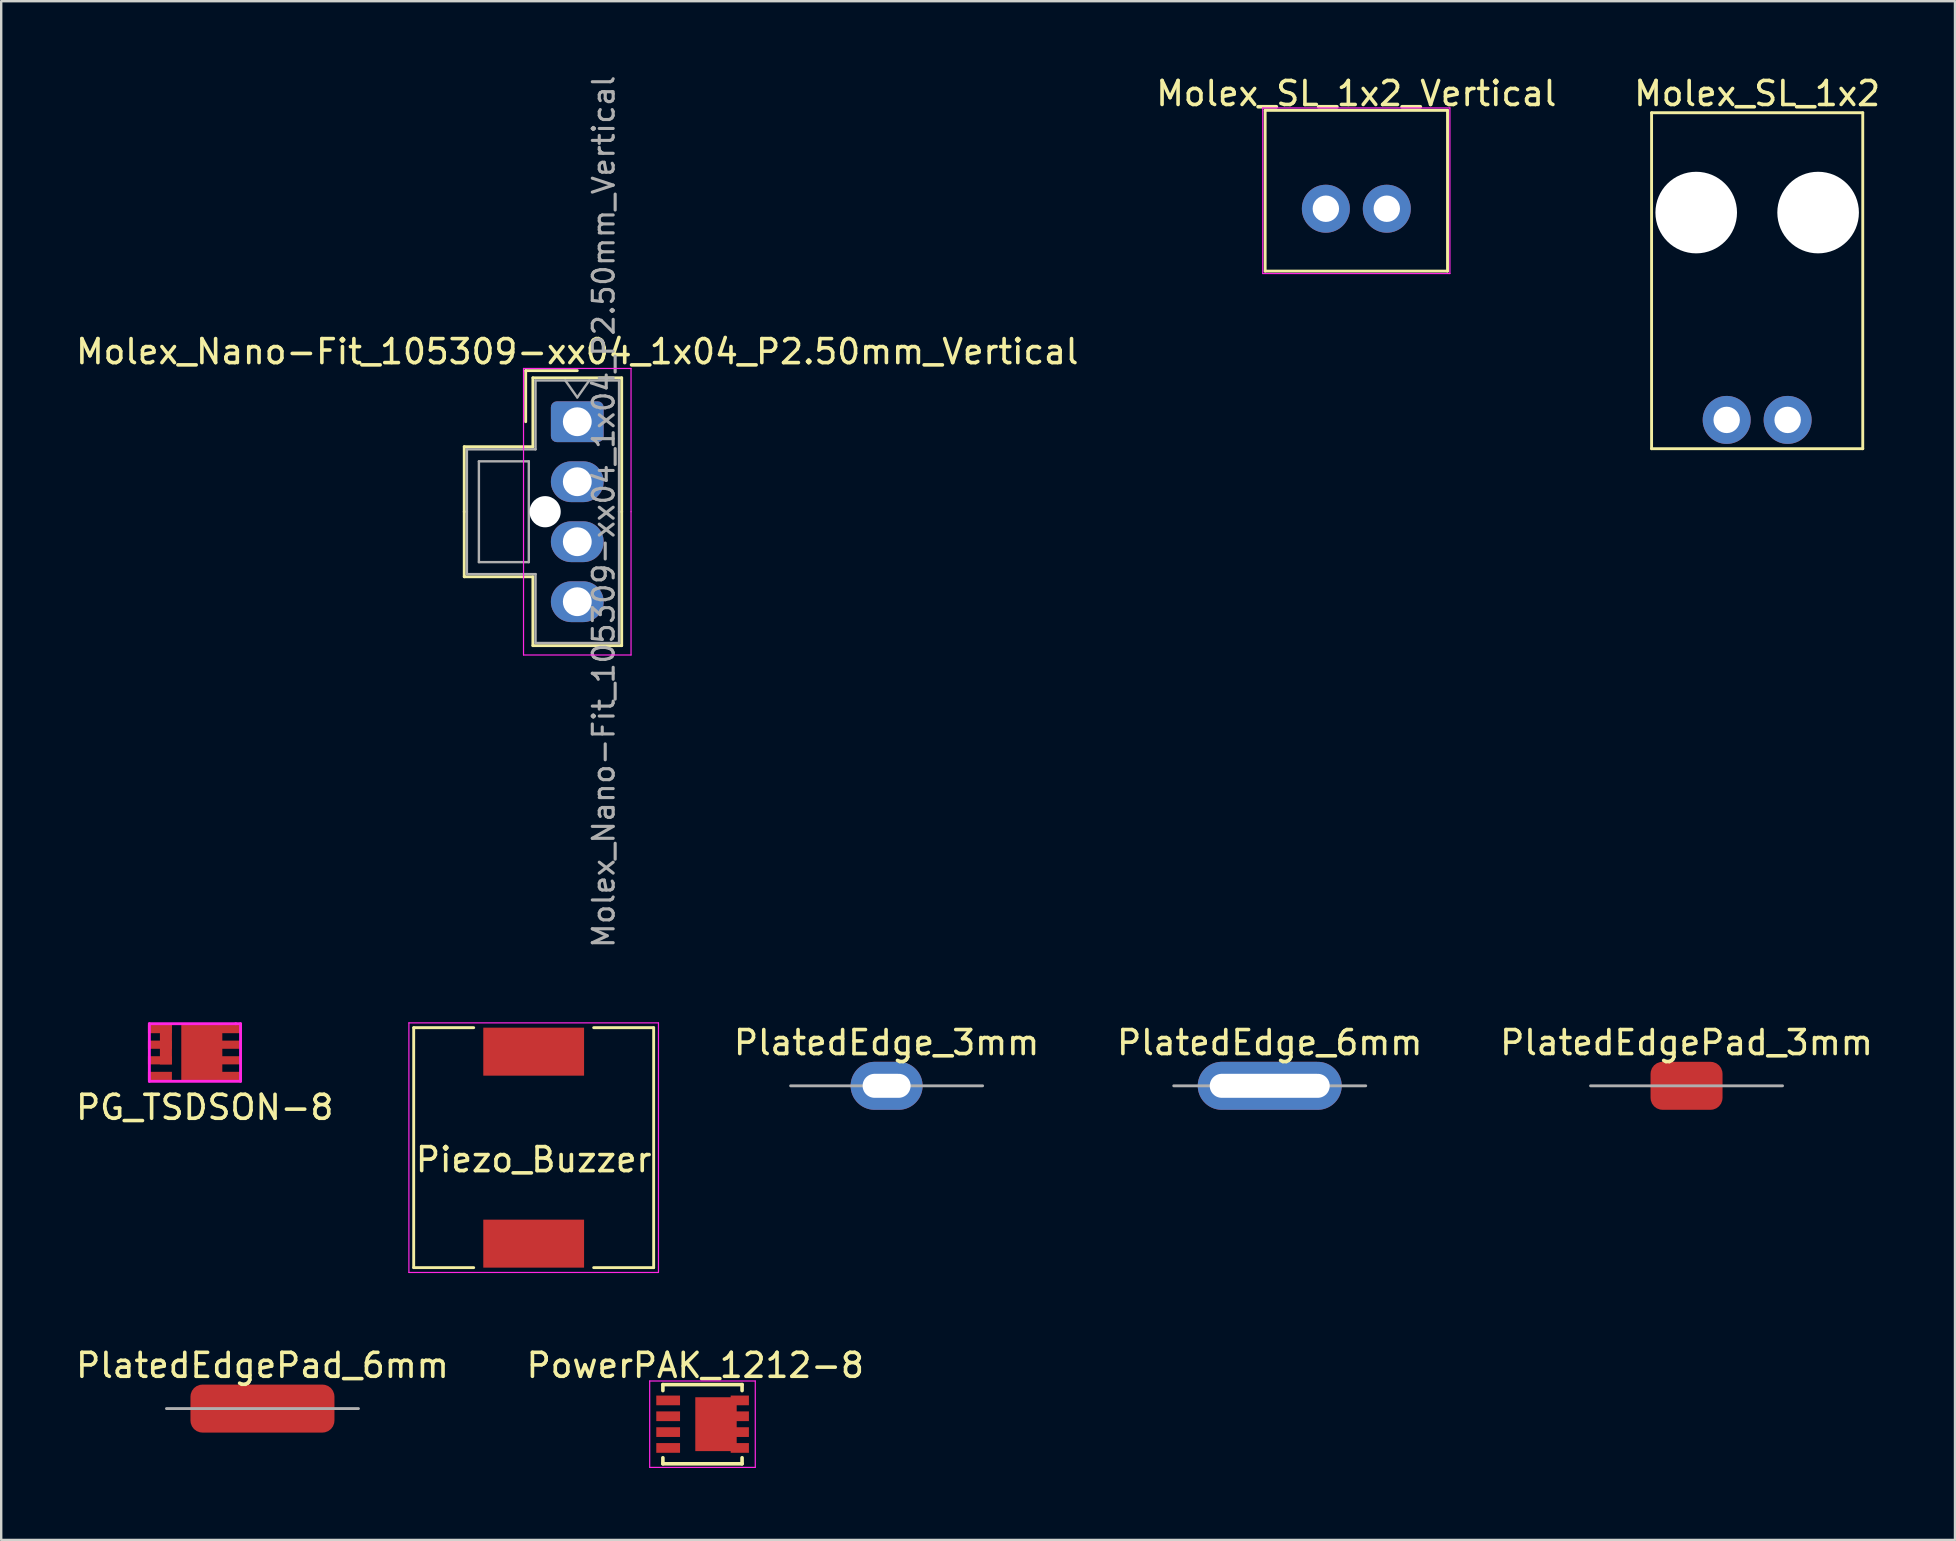
<source format=kicad_pcb>
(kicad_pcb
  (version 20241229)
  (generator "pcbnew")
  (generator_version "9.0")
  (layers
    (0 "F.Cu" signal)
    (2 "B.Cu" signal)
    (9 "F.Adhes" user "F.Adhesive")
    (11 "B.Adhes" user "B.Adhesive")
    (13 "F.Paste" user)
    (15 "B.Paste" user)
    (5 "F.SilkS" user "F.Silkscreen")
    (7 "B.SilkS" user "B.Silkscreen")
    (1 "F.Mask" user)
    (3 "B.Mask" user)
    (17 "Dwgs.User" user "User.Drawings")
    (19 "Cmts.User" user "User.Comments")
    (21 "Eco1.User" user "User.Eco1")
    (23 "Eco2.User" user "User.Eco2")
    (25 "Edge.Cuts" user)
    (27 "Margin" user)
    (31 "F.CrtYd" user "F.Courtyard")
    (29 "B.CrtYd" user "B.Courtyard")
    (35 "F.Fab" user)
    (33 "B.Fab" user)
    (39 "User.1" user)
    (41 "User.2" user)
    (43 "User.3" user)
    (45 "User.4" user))
  (footprint "PlatedEdgePad_3mm"
    (layer "F.Cu")
    (at 67.23 42.197)
    (property "Reference" "PlatedEdgePad_3mm" (at 0 -1.8 0) (layer "F.SilkS") (effects (font (size 1 1) (thickness 0.15))))
    (attr through_hole)
    (fp_line (start -4 0) (end 4 0) (stroke (width 0.12) (type solid)) (layer "F.Fab"))
    (pad "1" smd roundrect (at 0 0) (size 3 2) (layers "F.Cu" "F.Mask") (roundrect_rratio 0.25)))
  (footprint "PowerPAK_1212-8"
    (layer "F.Cu")
    (at 25.923 56.297)
    (property "Reference" "PowerPAK_1212-8" (at 0 -2.45 0) (layer "F.SilkS") (effects (font (size 1 1) (thickness 0.15))))
    (attr through_hole)
    (fp_line (start -1.35 -1.65) (end 1.95 -1.65) (stroke (width 0.15) (type solid)) (layer "F.SilkS"))
    (fp_line (start -1.35 -1.4) (end -1.35 -1.65) (stroke (width 0.15) (type solid)) (layer "F.SilkS"))
    (fp_line (start -1.35 1.65) (end -1.35 1.4) (stroke (width 0.15) (type solid)) (layer "F.SilkS"))
    (fp_line (start -1.35 1.65) (end 1.95 1.65) (stroke (width 0.15) (type solid)) (layer "F.SilkS"))
    (fp_line (start 1.95 -1.4) (end 1.95 -1.65) (stroke (width 0.15) (type solid)) (layer "F.SilkS"))
    (fp_line (start 1.95 1.65) (end 1.95 1.4) (stroke (width 0.15) (type solid)) (layer "F.SilkS"))
    (fp_line (start -1.9 1.8) (end -1.9 -1.8) (stroke (width 0.05) (type solid)) (layer "F.CrtYd"))
    (fp_line (start 2.5 -1.8) (end -1.9 -1.8) (stroke (width 0.05) (type solid)) (layer "F.CrtYd"))
    (fp_line (start 2.5 -1.8) (end 2.5 1.8) (stroke (width 0.05) (type solid)) (layer "F.CrtYd"))
    (fp_line (start 2.5 1.8) (end -1.9 1.8) (stroke (width 0.05) (type solid)) (layer "F.CrtYd"))
    (pad "1" smd rect (at -1.13 0.99) (size 0.99 0.405) (layers "F.Cu" "F.Mask" "F.Paste"))
    (pad "2" smd rect (at 0.863 0) (size 1.725 2.245) (layers "F.Cu" "F.Mask" "F.Paste"))
    (pad "2" smd rect (at 1.855 -0.99) (size 0.76 0.405) (layers "F.Cu" "F.Mask" "F.Paste"))
    (pad "2" smd rect (at 1.855 -0.33) (size 0.76 0.405) (layers "F.Cu" "F.Mask" "F.Paste"))
    (pad "2" smd rect (at 1.855 0.33) (size 0.76 0.405) (layers "F.Cu" "F.Mask" "F.Paste"))
    (pad "2" smd rect (at 1.855 0.99) (size 0.76 0.405) (layers "F.Cu" "F.Mask" "F.Paste"))
    (pad "3" smd rect (at -1.13 -0.99) (size 0.99 0.405) (layers "F.Cu" "F.Mask" "F.Paste"))
    (pad "3" smd rect (at -1.13 -0.33) (size 0.99 0.405) (layers "F.Cu" "F.Mask" "F.Paste"))
    (pad "3" smd rect (at -1.13 0.33) (size 0.99 0.405) (layers "F.Cu" "F.Mask" "F.Paste")))
  (footprint "PlatedEdgePad_6mm"
    (layer "F.Cu")
    (at 7.887 55.647)
    (property "Reference" "PlatedEdgePad_6mm" (at 0 -1.8 0) (layer "F.SilkS") (effects (font (size 1 1) (thickness 0.15))))
    (attr through_hole)
    (fp_line (start -4 0) (end 4 0) (stroke (width 0.12) (type solid)) (layer "F.Fab"))
    (pad "1" smd roundrect (at 0 0) (size 6 2) (layers "F.Cu" "F.Mask") (roundrect_rratio 0.25)))
  (footprint "PlatedEdge_3mm"
    (layer "F.Cu")
    (at 33.896 42.197)
    (property "Reference" "PlatedEdge_3mm" (at 0 -1.8 0) (layer "F.SilkS") (effects (font (size 1 1) (thickness 0.15))))
    (attr through_hole)
    (fp_line (start -4 0) (end 4 0) (stroke (width 0.12) (type solid)) (layer "F.Fab"))
    (pad "1" thru_hole oval (at 0 0) (size 3 2) (drill oval 2 1) (layers "*.Cu" "*.Mask")))
  (footprint "Molex_SL_1x2_Vertical"
    (layer "F.Cu")
    (at 53.47 5.648)
    (property "Reference" "Molex_SL_1x2_Vertical" (at 0 -4.8 0) (layer "F.SilkS") (effects (font (size 1 1) (thickness 0.15))))
    (attr through_hole)
    (fp_line (start -3.8 -4.1) (end 3.8 -4.1) (stroke (width 0.12) (type solid)) (layer "F.SilkS"))
    (fp_line (start -3.8 2.6) (end -3.8 -4.1) (stroke (width 0.12) (type solid)) (layer "F.SilkS"))
    (fp_line (start 3.8 -4.1) (end 3.8 2.6) (stroke (width 0.12) (type solid)) (layer "F.SilkS"))
    (fp_line (start 3.8 2.6) (end -3.8 2.6) (stroke (width 0.12) (type solid)) (layer "F.SilkS"))
    (fp_line (start -3.9 -4.2) (end -3.9 2.7) (stroke (width 0.05) (type solid)) (layer "F.CrtYd"))
    (fp_line (start -3.9 2.7) (end 3.9 2.7) (stroke (width 0.05) (type solid)) (layer "F.CrtYd"))
    (fp_line (start 3.9 -4.2) (end -3.9 -4.2) (stroke (width 0.05) (type solid)) (layer "F.CrtYd"))
    (fp_line (start 3.9 2.7) (end 3.9 -4.2) (stroke (width 0.05) (type solid)) (layer "F.CrtYd"))
    (pad "1" thru_hole circle (at 1.27 0) (size 2 2) (drill 1.1) (layers "*.Cu" "*.Mask"))
    (pad "2" thru_hole circle (at -1.27 0) (size 2 2) (drill 1.1) (layers "*.Cu" "*.Mask")))
  (footprint "PlatedEdge_6mm"
    (layer "F.Cu")
    (at 49.861 42.197)
    (property "Reference" "PlatedEdge_6mm" (at 0 -1.8 0) (layer "F.SilkS") (effects (font (size 1 1) (thickness 0.15))))
    (attr through_hole)
    (fp_line (start -4 0) (end 4 0) (stroke (width 0.12) (type solid)) (layer "F.Fab"))
    (pad "1" thru_hole oval (at 0 0) (size 6 2) (drill oval 5 1) (layers "*.Cu" "*.Mask")))
  (footprint "Piezo_Buzzer"
    (layer "F.Cu")
    (at 19.189 44.774)
    (property "Reference" "Piezo_Buzzer" (at 0 0.5 0) (layer "F.SilkS") (effects (font (size 1 1) (thickness 0.15))))
    (attr through_hole)
    (fp_line (start -5 5) (end -5 -5) (stroke (width 0.12) (type solid)) (layer "F.SilkS"))
    (fp_line (start -2.5 -5) (end -5 -5) (stroke (width 0.12) (type solid)) (layer "F.SilkS"))
    (fp_line (start -2.5 5) (end -5 5) (stroke (width 0.12) (type solid)) (layer "F.SilkS"))
    (fp_line (start 2.5 -5) (end 5 -5) (stroke (width 0.12) (type solid)) (layer "F.SilkS"))
    (fp_line (start 5 -5) (end 5 5) (stroke (width 0.12) (type solid)) (layer "F.SilkS"))
    (fp_line (start 5 5) (end 2.5 5) (stroke (width 0.12) (type solid)) (layer "F.SilkS"))
    (fp_line (start -5.2 -5.2) (end 5.2 -5.2) (stroke (width 0.05) (type solid)) (layer "F.CrtYd"))
    (fp_line (start -5.2 5.2) (end -5.2 -5.2) (stroke (width 0.05) (type solid)) (layer "F.CrtYd"))
    (fp_line (start 5.2 -5.2) (end 5.2 5.2) (stroke (width 0.05) (type solid)) (layer "F.CrtYd"))
    (fp_line (start 5.2 5.2) (end -5.2 5.2) (stroke (width 0.05) (type solid)) (layer "F.CrtYd"))
    (pad "1" smd rect (at 0 -4) (size 4.2 2) (layers "F.Cu" "F.Mask" "F.Paste"))
    (pad "2" smd rect (at 0 4) (size 4.2 2) (layers "F.Cu" "F.Mask" "F.Paste")))
  (footprint "Molex_Nano-Fit_105309-xx04_1x04_P2.50mm_Vertical"
    (layer "F.Cu")
    (at 21.006 14.524)
    (property "Reference" "Molex_Nano-Fit_105309-xx04_1x04_P2.50mm_Vertical" (at 0 -2.92 0) (layer "F.SilkS") (effects (font (size 1 1) (thickness 0.15))))
    (attr through_hole)
    (fp_line (start -4.71 1.04) (end -4.71 3.75) (stroke (width 0.12) (type solid)) (layer "F.SilkS"))
    (fp_line (start -4.71 6.46) (end -4.71 3.75) (stroke (width 0.12) (type solid)) (layer "F.SilkS"))
    (fp_line (start -2.15 -2.13) (end -2.15 0) (stroke (width 0.12) (type solid)) (layer "F.SilkS"))
    (fp_line (start -1.85 -1.83) (end -1.85 1.04) (stroke (width 0.12) (type solid)) (layer "F.SilkS"))
    (fp_line (start -1.85 1.04) (end -4.71 1.04) (stroke (width 0.12) (type solid)) (layer "F.SilkS"))
    (fp_line (start -1.85 6.46) (end -4.71 6.46) (stroke (width 0.12) (type solid)) (layer "F.SilkS"))
    (fp_line (start -1.85 9.33) (end -1.85 6.46) (stroke (width 0.12) (type solid)) (layer "F.SilkS"))
    (fp_line (start 0 -2.13) (end -2.15 -2.13) (stroke (width 0.12) (type solid)) (layer "F.SilkS"))
    (fp_line (start 1.85 -1.83) (end -1.85 -1.83) (stroke (width 0.12) (type solid)) (layer "F.SilkS"))
    (fp_line (start 1.85 3.75) (end 1.85 -1.83) (stroke (width 0.12) (type solid)) (layer "F.SilkS"))
    (fp_line (start 1.85 3.75) (end 1.85 9.33) (stroke (width 0.12) (type solid)) (layer "F.SilkS"))
    (fp_line (start 1.85 9.33) (end -1.85 9.33) (stroke (width 0.12) (type solid)) (layer "F.SilkS"))
    (fp_line (start -2.24 -2.22) (end -2.24 9.72) (stroke (width 0.05) (type solid)) (layer "F.CrtYd"))
    (fp_line (start 2.24 -2.22) (end -2.24 -2.22) (stroke (width 0.05) (type solid)) (layer "F.CrtYd"))
    (fp_line (start 2.24 3.75) (end 2.24 -2.22) (stroke (width 0.05) (type solid)) (layer "F.CrtYd"))
    (fp_line (start 2.24 3.75) (end 2.24 9.72) (stroke (width 0.05) (type solid)) (layer "F.CrtYd"))
    (fp_line (start 2.24 9.72) (end -2.24 9.72) (stroke (width 0.05) (type solid)) (layer "F.CrtYd"))
    (fp_line (start -4.6 1.15) (end -4.6 3.75) (stroke (width 0.1) (type solid)) (layer "F.Fab"))
    (fp_line (start -4.6 6.35) (end -4.6 3.75) (stroke (width 0.1) (type solid)) (layer "F.Fab"))
    (fp_line (start -4.1 1.65) (end -4.1 5.85) (stroke (width 0.1) (type solid)) (layer "F.Fab"))
    (fp_line (start -4.1 5.85) (end -2.02 5.85) (stroke (width 0.1) (type solid)) (layer "F.Fab"))
    (fp_line (start -2.02 1.65) (end -4.1 1.65) (stroke (width 0.1) (type solid)) (layer "F.Fab"))
    (fp_line (start -2.02 5.85) (end -2.02 1.65) (stroke (width 0.1) (type solid)) (layer "F.Fab"))
    (fp_line (start -1.74 -1.72) (end -1.74 1.15) (stroke (width 0.1) (type solid)) (layer "F.Fab"))
    (fp_line (start -1.74 1.15) (end -4.6 1.15) (stroke (width 0.1) (type solid)) (layer "F.Fab"))
    (fp_line (start -1.74 6.35) (end -4.6 6.35) (stroke (width 0.1) (type solid)) (layer "F.Fab"))
    (fp_line (start -1.74 9.22) (end -1.74 6.35) (stroke (width 0.1) (type solid)) (layer "F.Fab"))
    (fp_line (start -0.5 -1.72) (end 0 -1.013) (stroke (width 0.1) (type solid)) (layer "F.Fab"))
    (fp_line (start 0 -1.013) (end 0.5 -1.72) (stroke (width 0.1) (type solid)) (layer "F.Fab"))
    (fp_line (start 1.74 -1.72) (end -1.74 -1.72) (stroke (width 0.1) (type solid)) (layer "F.Fab"))
    (fp_line (start 1.74 3.75) (end 1.74 -1.72) (stroke (width 0.1) (type solid)) (layer "F.Fab"))
    (fp_line (start 1.74 3.75) (end 1.74 9.22) (stroke (width 0.1) (type solid)) (layer "F.Fab"))
    (fp_line (start 1.74 9.22) (end -1.74 9.22) (stroke (width 0.1) (type solid)) (layer "F.Fab"))
    (fp_text user "${REFERENCE}" (at 1.1 3.75 90) (layer "F.Fab") (effects (font (size 0.87 0.87) (thickness 0.13))))
    (pad "" np_thru_hole circle (at -1.34 3.75) (size 1.3 1.3) (drill 1.3) (layers "*.Cu" "*.Mask"))
    (pad "1" thru_hole roundrect (at 0 0) (size 2.2 1.7) (drill 1.2) (layers "*.Cu" "*.Mask") (roundrect_rratio 0.147))
    (pad "2" thru_hole oval (at 0 2.5) (size 2.2 1.7) (drill 1.2) (layers "*.Cu" "*.Mask"))
    (pad "3" thru_hole oval (at 0 5) (size 2.2 1.7) (drill 1.2) (layers "*.Cu" "*.Mask"))
    (pad "4" thru_hole oval (at 0 7.5) (size 2.2 1.7) (drill 1.2) (layers "*.Cu" "*.Mask")))
  (footprint "Molex_SL_1x2"
    (layer "F.Cu")
    (at 70.173 14.448)
    (property "Reference" "Molex_SL_1x2" (at 0 -13.6 0) (layer "F.SilkS") (effects (font (size 1 1) (thickness 0.15))))
    (attr through_hole)
    (fp_line (start -4.4 -12.8) (end 4.4 -12.8) (stroke (width 0.12) (type solid)) (layer "F.SilkS"))
    (fp_line (start -4.4 1.2) (end -4.4 -12.8) (stroke (width 0.12) (type solid)) (layer "F.SilkS"))
    (fp_line (start 4.4 -12.8) (end 4.4 1.2) (stroke (width 0.12) (type solid)) (layer "F.SilkS"))
    (fp_line (start 4.4 1.2) (end -4.4 1.2) (stroke (width 0.12) (type solid)) (layer "F.SilkS"))
    (pad "" np_thru_hole circle (at -2.54 -8.64) (size 3.4 3.4) (drill 3.4) (layers "*.Cu" "*.Mask"))
    (pad "" np_thru_hole circle (at 2.54 -8.64) (size 3.4 3.4) (drill 3.4) (layers "*.Cu" "*.Mask"))
    (pad "1" thru_hole circle (at -1.27 0) (size 2 2) (drill 1.1) (layers "*.Cu" "*.Mask"))
    (pad "2" thru_hole circle (at 1.27 0) (size 2 2) (drill 1.1) (layers "*.Cu" "*.Mask")))
  (footprint "PG_TSDSON-8"
    (layer "F.Cu")
    (at 4.974 40.809)
    (property "Reference" "PG_TSDSON-8" (at 0.508 2.286 180) (layer "F.SilkS") (effects (font (size 1 1) (thickness 0.15))))
    (attr through_hole)
    (fp_line (start -1.8 -1.2) (end -1.8 1.2) (stroke (width 0.12) (type solid)) (layer "F.CrtYd"))
    (fp_line (start -1.8 1.2) (end 2 1.2) (stroke (width 0.12) (type solid)) (layer "F.CrtYd"))
    (fp_line (start 1.8 -1.2) (end -1.8 -1.2) (stroke (width 0.12) (type solid)) (layer "F.CrtYd"))
    (fp_line (start 2 -1.2) (end 1.8 -1.2) (stroke (width 0.12) (type solid)) (layer "F.CrtYd"))
    (fp_line (start 2 1.2) (end 2 -1.2) (stroke (width 0.12) (type solid)) (layer "F.CrtYd"))
    (pad "1" smd rect (at -1.36 -0.975 180) (size 1 0.34) (layers "F.Cu" "F.Mask" "F.Paste"))
    (pad "1" smd rect (at -1.36 -0.325 180) (size 1 0.34) (layers "F.Cu" "F.Mask" "F.Paste"))
    (pad "1" smd rect (at -1.36 0.325 180) (size 1 0.34) (layers "F.Cu" "F.Mask" "F.Paste"))
    (pad "1" smd rect (at -1.11 -0.325 180) (size 0.5 1.64) (layers "F.Cu" "F.Mask" "F.Paste"))
    (pad "2" smd rect (at -1.36 0.975 180) (size 1 0.34) (layers "F.Cu" "F.Mask" "F.Paste"))
    (pad "3" smd rect (at 0.385 0 180) (size 1.71 2.29) (layers "F.Cu" "F.Mask" "F.Paste"))
    (pad "3" smd rect (at 1.54 -0.975 180) (size 1 0.34) (layers "F.Cu" "F.Mask" "F.Paste"))
    (pad "3" smd rect (at 1.54 -0.325 180) (size 1 0.34) (layers "F.Cu" "F.Mask" "F.Paste"))
    (pad "3" smd rect (at 1.54 0.325 180) (size 1 0.34) (layers "F.Cu" "F.Mask" "F.Paste"))
    (pad "3" smd rect (at 1.54 0.975 180) (size 1 0.34) (layers "F.Cu" "F.Mask" "F.Paste")))
  (gr_rect
    (start -3 -3)
    (end 78.417 61.122)
    (stroke (width 0.1) (type default))
    (fill no)
    (layer "Edge.Cuts")))
</source>
